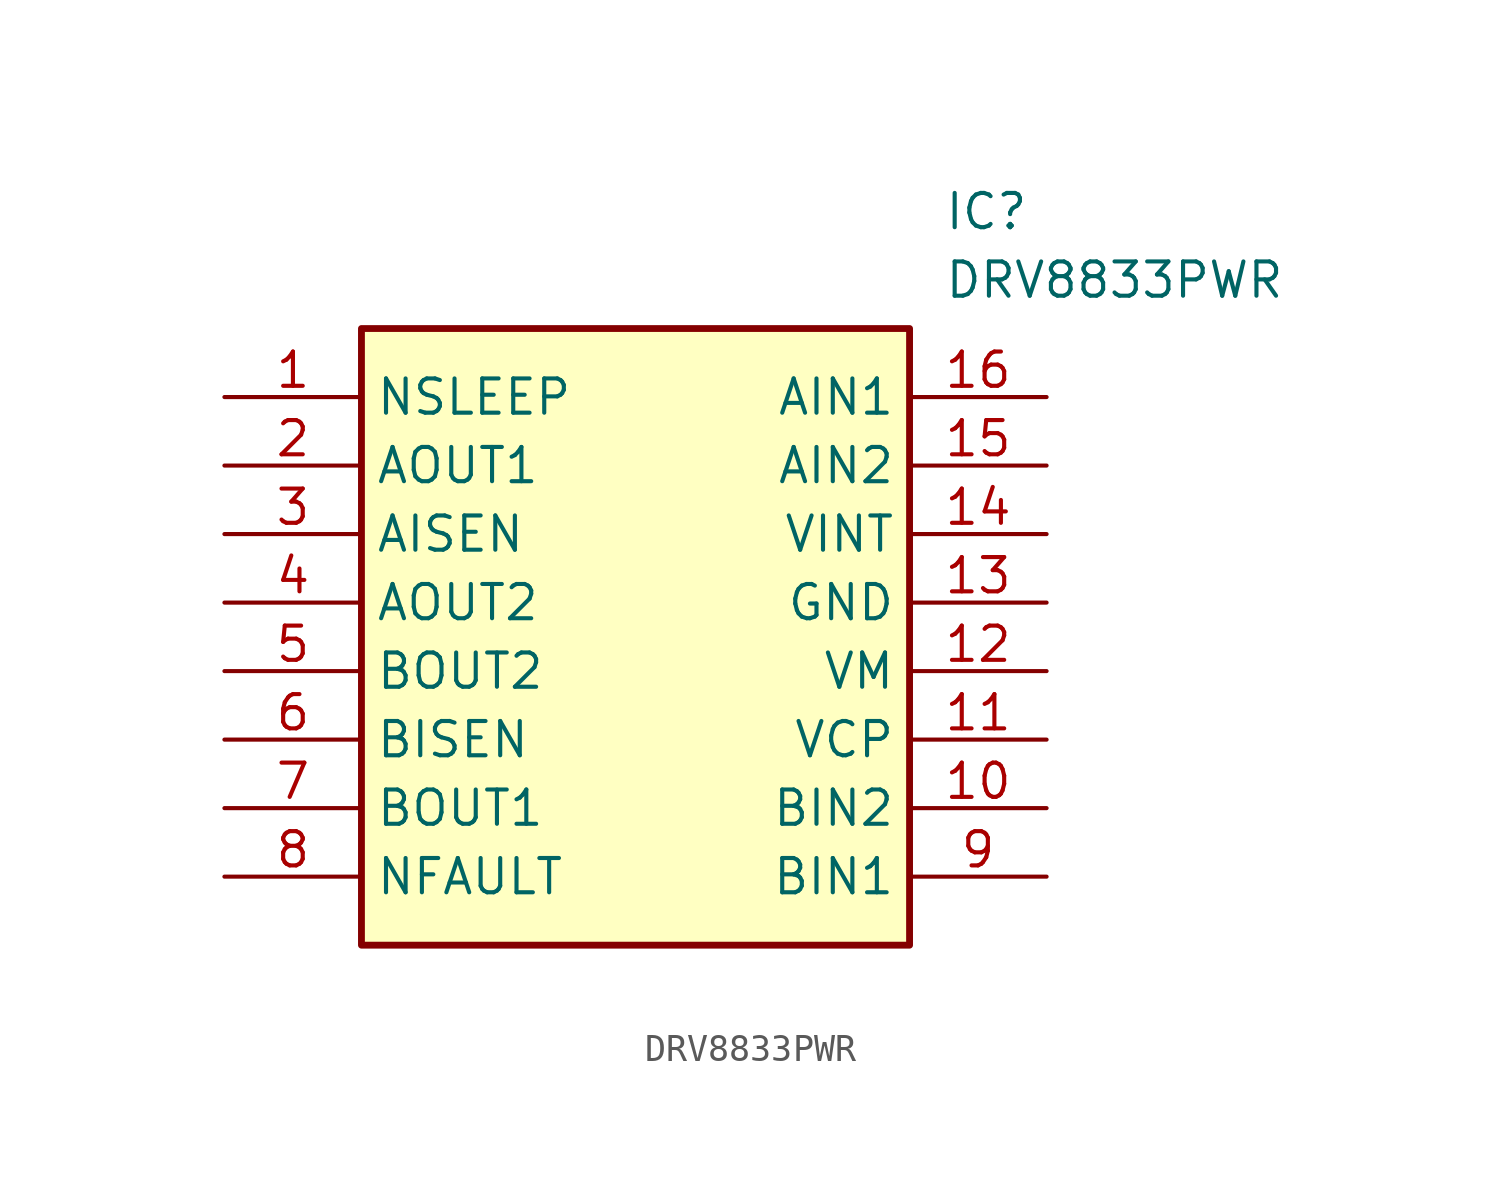
<source format=kicad_sym>
(kicad_symbol_lib
  (version 20211014)
  (generator SamacSys_ECAD_Model)
  (symbol "DRV8833PWR"
    (property "Reference" "IC"
      (at 26.67 7.62 0)
      (effects (font (size 1.27 1.27)) (justify left top)))
    (property "Value" "DRV8833PWR"
      (at 26.67 5.08 0)
      (effects (font (size 1.27 1.27)) (justify left top)))
    (rectangle
      (start 5.08 2.54)
      (end 25.4 -20.32)
      (stroke (width 0.254) (type default))
      (fill (type background)))
    (pin passive line
      (at 0 0 0)
      (length 5.08)
      (name "NSLEEP" (effects (font (size 1.27 1.27))))
      (number "1" (effects (font (size 1.27 1.27)))))
    (pin passive line
      (at 0 -2.54 0)
      (length 5.08)
      (name "AOUT1" (effects (font (size 1.27 1.27))))
      (number "2" (effects (font (size 1.27 1.27)))))
    (pin passive line
      (at 0 -5.08 0)
      (length 5.08)
      (name "AISEN" (effects (font (size 1.27 1.27))))
      (number "3" (effects (font (size 1.27 1.27)))))
    (pin passive line
      (at 0 -7.62 0)
      (length 5.08)
      (name "AOUT2" (effects (font (size 1.27 1.27))))
      (number "4" (effects (font (size 1.27 1.27)))))
    (pin passive line
      (at 0 -10.16 0)
      (length 5.08)
      (name "BOUT2" (effects (font (size 1.27 1.27))))
      (number "5" (effects (font (size 1.27 1.27)))))
    (pin passive line
      (at 0 -12.7 0)
      (length 5.08)
      (name "BISEN" (effects (font (size 1.27 1.27))))
      (number "6" (effects (font (size 1.27 1.27)))))
    (pin passive line
      (at 0 -15.24 0)
      (length 5.08)
      (name "BOUT1" (effects (font (size 1.27 1.27))))
      (number "7" (effects (font (size 1.27 1.27)))))
    (pin passive line
      (at 0 -17.78 0)
      (length 5.08)
      (name "NFAULT" (effects (font (size 1.27 1.27))))
      (number "8" (effects (font (size 1.27 1.27)))))
    (pin passive line
      (at 30.48 0 180)
      (length 5.08)
      (name "AIN1" (effects (font (size 1.27 1.27))))
      (number "16" (effects (font (size 1.27 1.27)))))
    (pin passive line
      (at 30.48 -2.54 180)
      (length 5.08)
      (name "AIN2" (effects (font (size 1.27 1.27))))
      (number "15" (effects (font (size 1.27 1.27)))))
    (pin passive line
      (at 30.48 -5.08 180)
      (length 5.08)
      (name "VINT" (effects (font (size 1.27 1.27))))
      (number "14" (effects (font (size 1.27 1.27)))))
    (pin passive line
      (at 30.48 -7.62 180)
      (length 5.08)
      (name "GND" (effects (font (size 1.27 1.27))))
      (number "13" (effects (font (size 1.27 1.27)))))
    (pin passive line
      (at 30.48 -10.16 180)
      (length 5.08)
      (name "VM" (effects (font (size 1.27 1.27))))
      (number "12" (effects (font (size 1.27 1.27)))))
    (pin passive line
      (at 30.48 -12.7 180)
      (length 5.08)
      (name "VCP" (effects (font (size 1.27 1.27))))
      (number "11" (effects (font (size 1.27 1.27)))))
    (pin passive line
      (at 30.48 -15.24 180)
      (length 5.08)
      (name "BIN2" (effects (font (size 1.27 1.27))))
      (number "10" (effects (font (size 1.27 1.27)))))
    (pin passive line
      (at 30.48 -17.78 180)
      (length 5.08)
      (name "BIN1" (effects (font (size 1.27 1.27))))
      (number "9" (effects (font (size 1.27 1.27)))))))
</source>
